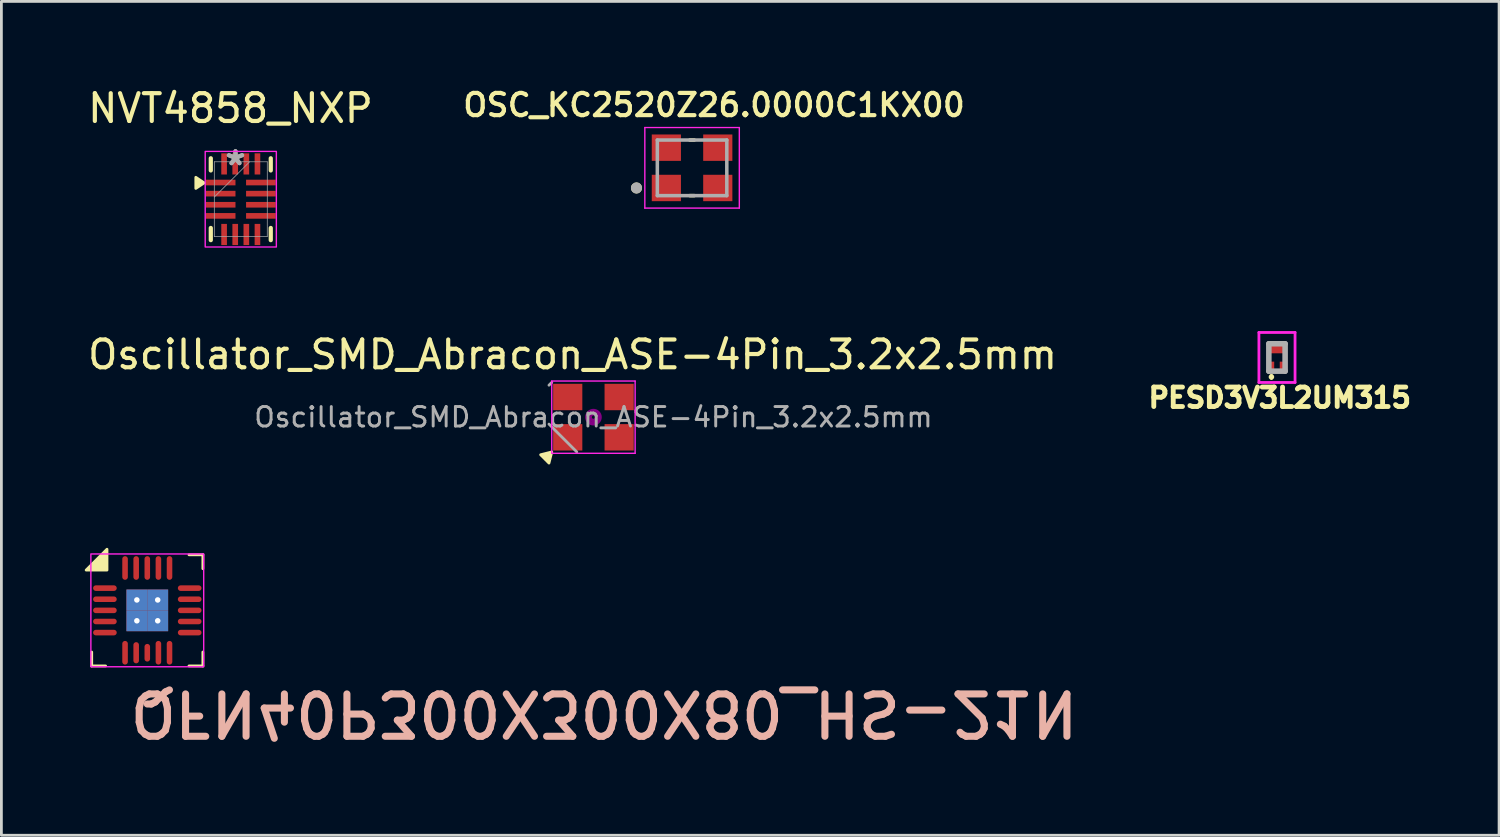
<source format=kicad_pcb>
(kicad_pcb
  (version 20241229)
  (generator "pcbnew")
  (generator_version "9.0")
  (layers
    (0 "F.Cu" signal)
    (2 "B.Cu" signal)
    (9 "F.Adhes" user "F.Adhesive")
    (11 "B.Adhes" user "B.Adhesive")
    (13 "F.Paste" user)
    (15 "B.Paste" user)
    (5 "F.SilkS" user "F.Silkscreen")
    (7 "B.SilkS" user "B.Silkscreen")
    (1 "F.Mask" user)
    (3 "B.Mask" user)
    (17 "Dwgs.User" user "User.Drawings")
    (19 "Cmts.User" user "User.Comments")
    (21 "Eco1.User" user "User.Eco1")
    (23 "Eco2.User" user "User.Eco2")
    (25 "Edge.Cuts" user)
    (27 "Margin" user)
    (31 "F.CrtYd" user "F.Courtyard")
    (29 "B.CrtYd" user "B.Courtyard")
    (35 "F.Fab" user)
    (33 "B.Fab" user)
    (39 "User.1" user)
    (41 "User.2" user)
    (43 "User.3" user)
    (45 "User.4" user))
  (footprint "Oscillator_SMD_Abracon_ASE-4Pin_3.2x2.5mm"
    (layer "F.Cu")
    (at 18.304 11.961)
    (property "Reference" "Oscillator_SMD_Abracon_ASE-4Pin_3.2x2.5mm" (at -0.75 -2.25 0) (layer "F.SilkS") (effects (font (size 1 1) (thickness 0.15))))
    (attr smd)
    (fp_poly (pts (xy -1.5 1.252) (xy -1.9 1.352) (xy -1.6 1.652)) (stroke (width 0.1) (type solid)) (fill yes) (layer "F.SilkS"))
    (fp_circle (center 0 0) (end 0.058 0) (stroke (width 0.117) (type solid)) (fill no) (layer "F.Adhes"))
    (fp_circle (center 0 0) (end 0.133 0) (stroke (width 0.083) (type solid)) (fill no) (layer "F.Adhes"))
    (fp_circle (center 0 0) (end 0.208 0) (stroke (width 0.083) (type solid)) (fill no) (layer "F.Adhes"))
    (fp_circle (center 0 0) (end 0.25 0) (stroke (width 0.1) (type solid)) (fill no) (layer "F.Adhes"))
    (fp_line (start -1.5 -1.3) (end -1.5 1.3) (stroke (width 0.05) (type solid)) (layer "F.CrtYd"))
    (fp_line (start -1.5 1.3) (end 1.5 1.3) (stroke (width 0.05) (type solid)) (layer "F.CrtYd"))
    (fp_line (start 1.5 -1.3) (end -1.5 -1.3) (stroke (width 0.05) (type solid)) (layer "F.CrtYd"))
    (fp_line (start 1.5 1.3) (end 1.5 -1.3) (stroke (width 0.05) (type solid)) (layer "F.CrtYd"))
    (fp_line (start -1.6 -1.15) (end -1.5 -1.25) (stroke (width 0.1) (type solid)) (layer "F.Fab"))
    (fp_line (start -1.6 0.25) (end -0.6 1.25) (stroke (width 0.1) (type solid)) (layer "F.Fab"))
    (fp_text user "${REFERENCE}" (at 0 0 0) (layer "F.Fab") (effects (font (size 0.7 0.7) (thickness 0.105))))
    (pad "1" smd rect (at -0.925 0.725) (size 1.05 0.95) (layers "F.Cu" "F.Mask" "F.Paste"))
    (pad "2" smd rect (at 0.925 0.725) (size 1.05 0.95) (layers "F.Cu" "F.Mask" "F.Paste"))
    (pad "3" smd rect (at 0.925 -0.725) (size 1.05 0.95) (layers "F.Cu" "F.Mask" "F.Paste"))
    (pad "4" smd rect (at -0.925 -0.725) (size 1.05 0.95) (layers "F.Cu" "F.Mask" "F.Paste")))
  (footprint "PESD3V3L2UM315"
    (layer "F.Cu")
    (at 42.9 9.813)
    (property "Reference" "PESD3V3L2UM315" (at 0.1 1.45 0) (layer "F.SilkS") (effects (font (size 0.7 0.7) (thickness 0.175))))
    (attr smd)
    (fp_line (start -0.2 0.65) (end -0.2 0.65) (stroke (width 0.1) (type solid)) (layer "F.SilkS"))
    (fp_line (start -0.2 0.75) (end -0.2 0.75) (stroke (width 0.1) (type solid)) (layer "F.SilkS"))
    (fp_arc (start -0.2 0.65) (mid -0.15 0.7) (end -0.2 0.75) (stroke (width 0.1) (type solid)) (layer "F.SilkS"))
    (fp_arc (start -0.2 0.75) (mid -0.25 0.7) (end -0.2 0.65) (stroke (width 0.1) (type solid)) (layer "F.SilkS"))
    (fp_line (start -0.65 -0.9) (end -0.65 0.9) (stroke (width 0.1) (type solid)) (layer "F.CrtYd"))
    (fp_line (start 0.65 -0.9) (end -0.65 -0.9) (stroke (width 0.1) (type solid)) (layer "F.CrtYd"))
    (fp_line (start 0.65 0.9) (end -0.65 0.9) (stroke (width 0.1) (type solid)) (layer "F.CrtYd"))
    (fp_line (start 0.65 0.9) (end 0.65 -0.9) (stroke (width 0.1) (type solid)) (layer "F.CrtYd"))
    (fp_line (start -0.293 -0.493) (end 0.293 -0.493) (stroke (width 0.2) (type solid)) (layer "F.Fab"))
    (fp_line (start -0.293 0.493) (end -0.293 -0.493) (stroke (width 0.2) (type solid)) (layer "F.Fab"))
    (fp_line (start 0.293 -0.493) (end 0.293 0.493) (stroke (width 0.2) (type solid)) (layer "F.Fab"))
    (fp_line (start 0.293 0.493) (end -0.293 0.493) (stroke (width 0.2) (type solid)) (layer "F.Fab"))
    (pad "1" smd rect (at -0.225 0.35) (size 0.25 0.4) (layers "F.Cu" "F.Mask" "F.Paste"))
    (pad "2" smd rect (at 0.225 0.35) (size 0.25 0.4) (layers "F.Cu" "F.Mask" "F.Paste"))
    (pad "3" smd rect (at 0 -0.35 90) (size 0.4 0.7) (layers "F.Cu" "F.Mask" "F.Paste")))
  (footprint "NVT4858_NXP"
    (layer "F.Cu")
    (at 5.614 4.118)
    (property "Reference" "NVT4858_NXP" (at -0.37 -3.27 0) (unlocked yes) (layer "F.SilkS") (effects (font (size 1 1) (thickness 0.15))))
    (attr smd)
    (fp_line (start -1.079 -1.473) (end -1.079 -1.035) (stroke (width 0.152) (type solid)) (layer "F.SilkS"))
    (fp_line (start -1.079 1.035) (end -1.079 1.473) (stroke (width 0.152) (type solid)) (layer "F.SilkS"))
    (fp_line (start 1.079 -1.035) (end 1.079 -1.473) (stroke (width 0.152) (type solid)) (layer "F.SilkS"))
    (fp_line (start 1.079 1.473) (end 1.079 1.035) (stroke (width 0.152) (type solid)) (layer "F.SilkS"))
    (fp_poly (pts (xy -1.318 -0.588) (xy -1.618 -0.788) (xy -1.618 -0.388)) (stroke (width 0.1) (type solid)) (fill yes) (layer "F.SilkS"))
    (fp_rect (start -1.28 -1.72) (end 1.28 1.72) (stroke (width 0.05) (type solid)) (fill no) (layer "F.CrtYd"))
    (fp_line (start -0.953 -1.346) (end -0.953 1.346) (stroke (width 0.025) (type solid)) (layer "F.Fab"))
    (fp_line (start -0.953 -0.076) (end 0.318 -1.346) (stroke (width 0.025) (type solid)) (layer "F.Fab"))
    (fp_line (start -0.953 1.346) (end 0.953 1.346) (stroke (width 0.025) (type solid)) (layer "F.Fab"))
    (fp_line (start 0.953 -1.346) (end -0.953 -1.346) (stroke (width 0.025) (type solid)) (layer "F.Fab"))
    (fp_line (start 0.953 1.346) (end 0.953 -1.346) (stroke (width 0.025) (type solid)) (layer "F.Fab"))
    (fp_text user "*" (at -0.191 -1.181 0) (layer "F.Fab") (effects (font (size 1 1) (thickness 0.15))))
    (fp_text user "*" (at -0.191 -1.181 0) (unlocked yes) (layer "F.Fab") (effects (font (size 1 1) (thickness 0.15))))
    (pad "1" smd rect (at -0.724 -0.6 90) (size 0.203 1.067) (layers "F.Cu" "F.Mask" "F.Paste"))
    (pad "2" smd rect (at -0.724 -0.2 90) (size 0.203 1.067) (layers "F.Cu" "F.Mask" "F.Paste"))
    (pad "3" smd rect (at -0.724 0.2 90) (size 0.203 1.067) (layers "F.Cu" "F.Mask" "F.Paste"))
    (pad "4" smd rect (at -0.724 0.6 90) (size 0.203 1.067) (layers "F.Cu" "F.Mask" "F.Paste"))
    (pad "5" smd rect (at -0.6 1.27) (size 0.203 0.762) (layers "F.Cu" "F.Mask" "F.Paste"))
    (pad "6" smd rect (at -0.2 1.27) (size 0.203 0.762) (layers "F.Cu" "F.Mask" "F.Paste"))
    (pad "7" smd rect (at 0.2 1.27) (size 0.203 0.762) (layers "F.Cu" "F.Mask" "F.Paste"))
    (pad "8" smd rect (at 0.6 1.27) (size 0.203 0.762) (layers "F.Cu" "F.Mask" "F.Paste"))
    (pad "9" smd rect (at 0.724 0.6 90) (size 0.203 1.067) (layers "F.Cu" "F.Mask" "F.Paste"))
    (pad "10" smd rect (at 0.724 0.2 90) (size 0.203 1.067) (layers "F.Cu" "F.Mask" "F.Paste"))
    (pad "11" smd rect (at 0.724 -0.2 90) (size 0.203 1.067) (layers "F.Cu" "F.Mask" "F.Paste"))
    (pad "12" smd rect (at 0.724 -0.6 90) (size 0.203 1.067) (layers "F.Cu" "F.Mask" "F.Paste"))
    (pad "13" smd rect (at 0.6 -1.27) (size 0.203 0.762) (layers "F.Cu" "F.Mask" "F.Paste"))
    (pad "14" smd rect (at 0.2 -1.27) (size 0.203 0.762) (layers "F.Cu" "F.Mask" "F.Paste"))
    (pad "15" smd rect (at -0.2 -1.27) (size 0.203 0.762) (layers "F.Cu" "F.Mask" "F.Paste"))
    (pad "16" smd rect (at -0.6 -1.27) (size 0.203 0.762) (layers "F.Cu" "F.Mask" "F.Paste")))
  (footprint "OSC_KC2520Z26.0000C1KX00"
    (layer "F.Cu")
    (at 21.853 2.989)
    (property "Reference" "OSC_KC2520Z26.0000C1KX00" (at 0.79 -2.258 0) (layer "F.SilkS") (effects (font (size 0.8 0.8) (thickness 0.15))))
    (attr smd)
    (fp_line (start -0.08 -1) (end 0.08 -1) (stroke (width 0.127) (type solid)) (layer "F.SilkS"))
    (fp_line (start 0.08 1) (end -0.08 1) (stroke (width 0.127) (type solid)) (layer "F.SilkS"))
    (fp_circle (center -2 0.725) (end -1.9 0.725) (stroke (width 0.2) (type solid)) (fill no) (layer "F.SilkS"))
    (fp_line (start -1.7 -1.45) (end 1.7 -1.45) (stroke (width 0.05) (type solid)) (layer "F.CrtYd"))
    (fp_line (start -1.7 1.45) (end -1.7 -1.45) (stroke (width 0.05) (type solid)) (layer "F.CrtYd"))
    (fp_line (start 1.7 -1.45) (end 1.7 1.45) (stroke (width 0.05) (type solid)) (layer "F.CrtYd"))
    (fp_line (start 1.7 1.45) (end -1.7 1.45) (stroke (width 0.05) (type solid)) (layer "F.CrtYd"))
    (fp_line (start -1.25 -1) (end 1.25 -1) (stroke (width 0.127) (type solid)) (layer "F.Fab"))
    (fp_line (start -1.25 1) (end -1.25 -1) (stroke (width 0.127) (type solid)) (layer "F.Fab"))
    (fp_line (start 1.25 -1) (end 1.25 1) (stroke (width 0.127) (type solid)) (layer "F.Fab"))
    (fp_line (start 1.25 1) (end -1.25 1) (stroke (width 0.127) (type solid)) (layer "F.Fab"))
    (fp_circle (center -2 0.725) (end -1.9 0.725) (stroke (width 0.2) (type solid)) (fill no) (layer "F.Fab"))
    (pad "1" smd rect (at -0.925 0.725) (size 1.05 0.95) (layers "F.Cu" "F.Mask" "F.Paste"))
    (pad "2" smd rect (at 0.925 0.725) (size 1.05 0.95) (layers "F.Cu" "F.Mask" "F.Paste"))
    (pad "3" smd rect (at 0.925 -0.725) (size 1.05 0.95) (layers "F.Cu" "F.Mask" "F.Paste"))
    (pad "4" smd rect (at -0.925 -0.725) (size 1.05 0.95) (layers "F.Cu" "F.Mask" "F.Paste")))
  (footprint "QFN40P300X300X80_HS-21N"
    (layer "F.Cu")
    (at 2.25 18.913)
    (property "Reference" "QFN40P300X300X80_HS-21N" (at -0.749 2.807 180) (unlocked yes) (layer "B.SilkS") (effects (font (size 1.524 1.524) (thickness 0.254)) (justify left bottom mirror)))
    (fp_line (start -2 2) (end -2 1.5) (stroke (width 0.1) (type default)) (layer "F.SilkS"))
    (fp_line (start -1.5 2) (end -2 2) (stroke (width 0.1) (type default)) (layer "F.SilkS"))
    (fp_line (start 1.5 -2) (end 2 -2) (stroke (width 0.1) (type default)) (layer "F.SilkS"))
    (fp_line (start 2 -2) (end 2 -1.5) (stroke (width 0.1) (type default)) (layer "F.SilkS"))
    (fp_line (start 2 1.5) (end 2 2) (stroke (width 0.1) (type default)) (layer "F.SilkS"))
    (fp_line (start 2 2) (end 1.5 2) (stroke (width 0.1) (type default)) (layer "F.SilkS"))
    (fp_poly (pts (xy -1.45 -1.45) (xy -2.2 -1.45) (xy -1.45 -2.2)) (stroke (width 0.1) (type solid)) (fill yes) (layer "F.SilkS"))
    (fp_rect (start -2.03 -2.03) (end 2.03 2.03) (stroke (width 0.05) (type solid)) (fill no) (layer "F.CrtYd"))
    (pad "1" smd oval (at -1.525 -0.8 90) (size 0.2 0.85) (layers "F.Cu" "F.Mask" "F.Paste"))
    (pad "2" smd oval (at -1.525 -0.4 90) (size 0.2 0.85) (layers "F.Cu" "F.Mask" "F.Paste"))
    (pad "3" smd oval (at -1.525 0 90) (size 0.2 0.85) (layers "F.Cu" "F.Mask" "F.Paste"))
    (pad "4" smd oval (at -1.525 0.4 90) (size 0.2 0.85) (layers "F.Cu" "F.Mask" "F.Paste"))
    (pad "5" smd oval (at -1.525 0.8 90) (size 0.2 0.85) (layers "F.Cu" "F.Mask" "F.Paste"))
    (pad "6" smd oval (at -0.8 1.525) (size 0.2 0.85) (layers "F.Cu" "F.Mask" "F.Paste"))
    (pad "7" smd oval (at -0.4 1.525) (size 0.2 0.762) (layers "F.Cu" "F.Mask" "F.Paste"))
    (pad "8" smd oval (at 0 1.525) (size 0.2 0.635) (layers "F.Cu" "F.Mask" "F.Paste"))
    (pad "9" smd oval (at 0.4 1.525) (size 0.2 0.85) (layers "F.Cu" "F.Mask" "F.Paste"))
    (pad "10" smd oval (at 0.8 1.525) (size 0.2 0.85) (layers "F.Cu" "F.Mask" "F.Paste"))
    (pad "11" smd oval (at 1.525 0.8 90) (size 0.2 0.85) (layers "F.Cu" "F.Mask" "F.Paste"))
    (pad "12" smd oval (at 1.525 0.4 90) (size 0.2 0.85) (layers "F.Cu" "F.Mask" "F.Paste"))
    (pad "13" smd oval (at 1.525 0 90) (size 0.2 0.85) (layers "F.Cu" "F.Mask" "F.Paste"))
    (pad "14" smd oval (at 1.525 -0.4 90) (size 0.2 0.85) (layers "F.Cu" "F.Mask" "F.Paste"))
    (pad "15" smd oval (at 1.525 -0.8 90) (size 0.2 0.85) (layers "F.Cu" "F.Mask" "F.Paste"))
    (pad "16" smd oval (at 0.8 -1.525) (size 0.2 0.85) (layers "F.Cu" "F.Mask" "F.Paste"))
    (pad "17" smd oval (at 0.4 -1.525) (size 0.2 0.85) (layers "F.Cu" "F.Mask" "F.Paste"))
    (pad "18" smd oval (at 0 -1.525) (size 0.2 0.85) (layers "F.Cu" "F.Mask" "F.Paste"))
    (pad "19" smd oval (at -0.4 -1.525) (size 0.2 0.85) (layers "F.Cu" "F.Mask" "F.Paste"))
    (pad "20" smd oval (at -0.8 -1.525) (size 0.2 0.85) (layers "F.Cu" "F.Mask" "F.Paste"))
    (pad "21" thru_hole rect (at -0.375 -0.375) (size 0.75 0.75) (drill 0.2) (layers "*.Cu" "*.Mask"))
    (pad "21" thru_hole rect (at -0.375 0.375) (size 0.75 0.75) (drill 0.2) (layers "*.Cu" "*.Mask"))
    (pad "21" thru_hole rect (at 0.375 -0.375) (size 0.75 0.75) (drill 0.2) (layers "*.Cu" "*.Mask"))
    (pad "21" thru_hole rect (at 0.375 0.375) (size 0.75 0.75) (drill 0.2) (layers "*.Cu" "*.Mask")))
  (gr_rect
    (start -3 -3)
    (end 50.892 27.006)
    (stroke (width 0.1) (type default))
    (fill no)
    (layer "Edge.Cuts")))
</source>
